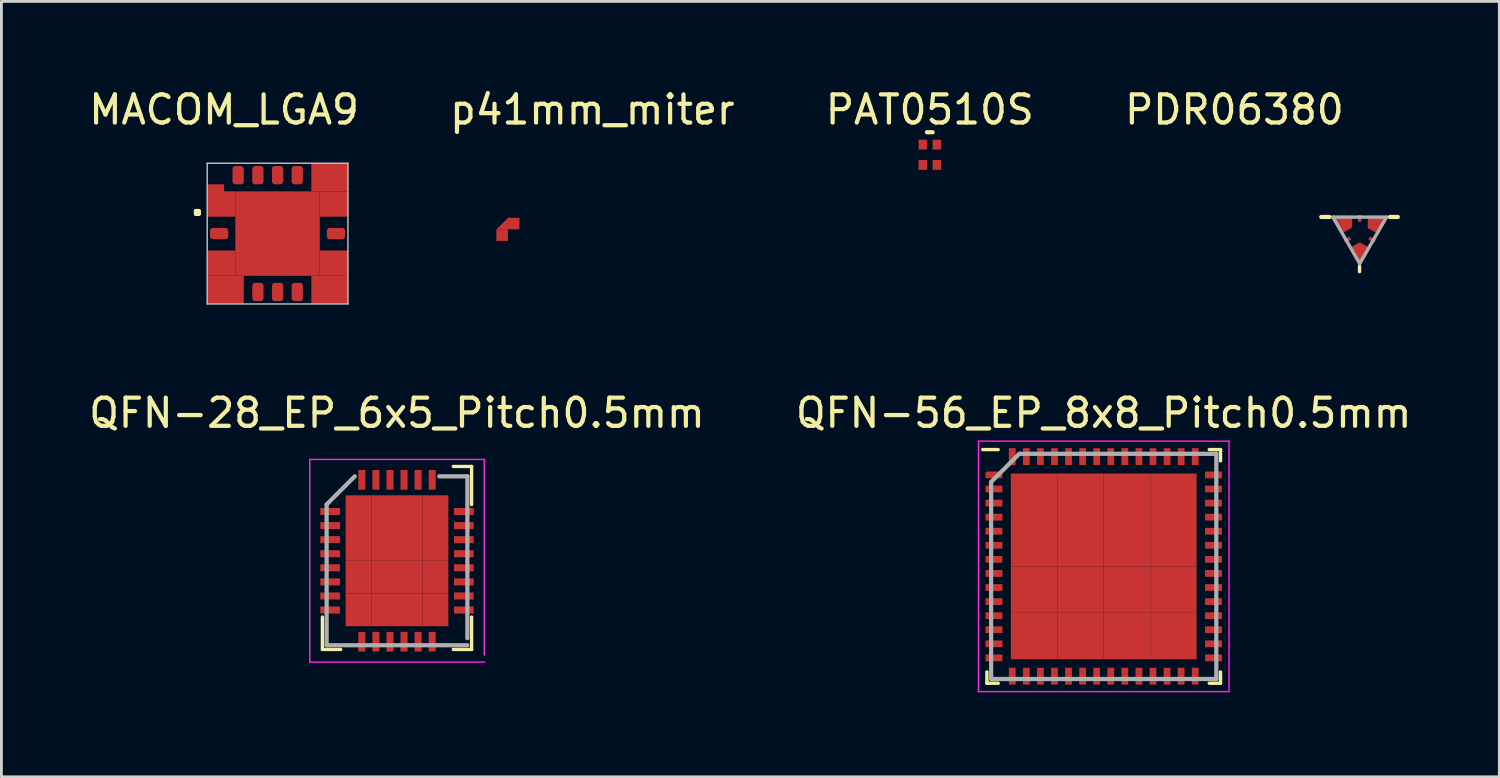
<source format=kicad_pcb>
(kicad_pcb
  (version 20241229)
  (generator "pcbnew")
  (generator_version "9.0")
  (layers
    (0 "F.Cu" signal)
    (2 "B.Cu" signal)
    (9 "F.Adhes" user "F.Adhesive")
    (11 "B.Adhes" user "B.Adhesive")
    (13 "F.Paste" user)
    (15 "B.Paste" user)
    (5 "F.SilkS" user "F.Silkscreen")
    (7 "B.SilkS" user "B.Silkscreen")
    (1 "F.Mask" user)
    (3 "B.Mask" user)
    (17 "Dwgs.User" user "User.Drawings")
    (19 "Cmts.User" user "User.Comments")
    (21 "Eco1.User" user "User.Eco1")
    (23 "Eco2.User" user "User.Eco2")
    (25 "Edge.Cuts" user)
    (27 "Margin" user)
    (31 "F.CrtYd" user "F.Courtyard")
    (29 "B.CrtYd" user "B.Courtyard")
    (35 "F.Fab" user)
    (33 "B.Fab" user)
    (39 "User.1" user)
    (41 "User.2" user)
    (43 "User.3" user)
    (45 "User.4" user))
  (footprint "PAT0510S"
    (layer "F.Cu")
    (at 29.982 2.448)
    (property "Reference" "PAT0510S" (at 0 -1.6 0) (layer "F.SilkS") (effects (font (size 1 1) (thickness 0.15))))
    (attr through_hole)
    (fp_line (start -0.1 -0.8) (end 0.1 -0.8) (stroke (width 0.15) (type solid)) (layer "F.SilkS"))
    (pad "1" smd rect (at -0.25 -0.36) (size 0.3 0.35) (layers "F.Cu" "F.Mask" "F.Paste"))
    (pad "2" smd rect (at 0.25 -0.36) (size 0.3 0.35) (layers "F.Cu" "F.Mask" "F.Paste"))
    (pad "3" smd rect (at -0.25 0.36) (size 0.3 0.35) (layers "F.Cu" "F.Mask" "F.Paste"))
    (pad "3" smd rect (at 0.25 0.36) (size 0.3 0.35) (layers "F.Cu" "F.Mask" "F.Paste")))
  (footprint "PDR06380"
    (layer "F.Cu")
    (at 45.249 4.658)
    (property "Reference" "PDR06380" (at -4.445 -3.81 0) (layer "F.SilkS") (effects (font (size 1 1) (thickness 0.15))))
    (attr smd)
    (fp_poly (pts (xy -0.932 0.014) (xy -0.633 0.531) (xy -0.314 0.347) (xy -0.306 0.013)) (stroke (width 0.1) (type solid)) (fill yes) (layer "F.Cu"))
    (fp_poly (pts (xy 0.006 1.656) (xy -0.301 1.131) (xy 0.007 0.954) (xy 0.313 1.129)) (stroke (width 0.1) (type solid)) (fill yes) (layer "F.Cu"))
    (fp_poly (pts (xy 0.952 0.011) (xy 0.343 0.012) (xy 0.341 0.364) (xy 0.653 0.538)) (stroke (width 0.1) (type solid)) (fill yes) (layer "F.Cu"))
    (fp_poly (pts (xy -0.932 0.014) (xy -0.633 0.531) (xy -0.314 0.347) (xy -0.306 0.013)) (stroke (width 0.1) (type solid)) (fill yes) (layer "F.Mask"))
    (fp_poly (pts (xy 0.006 1.656) (xy -0.301 1.131) (xy 0.007 0.954) (xy 0.313 1.129)) (stroke (width 0.1) (type solid)) (fill yes) (layer "F.Mask"))
    (fp_poly (pts (xy 0.952 0.011) (xy 0.343 0.012) (xy 0.341 0.364) (xy 0.653 0.538)) (stroke (width 0.1) (type solid)) (fill yes) (layer "F.Mask"))
    (fp_line (start -1.067 0) (end -1.359 0) (stroke (width 0.15) (type solid)) (layer "F.SilkS"))
    (fp_line (start 0 1.753) (end 0 1.943) (stroke (width 0.12) (type solid)) (layer "F.SilkS"))
    (fp_line (start 1.079 0) (end 1.359 0) (stroke (width 0.15) (type solid)) (layer "F.SilkS"))
    (fp_line (start -0.946 0.005) (end 0.006 1.656) (stroke (width 0.12) (type solid)) (layer "F.Fab"))
    (fp_line (start 0.006 0.005) (end -0.946 0.005) (stroke (width 0.12) (type solid)) (layer "F.Fab"))
    (fp_line (start 0.006 0.005) (end 0.959 0.005) (stroke (width 0.12) (type solid)) (layer "F.Fab"))
    (fp_line (start 0.006 1.656) (end 0.959 0.005) (stroke (width 0.12) (type solid)) (layer "F.Fab"))
    (pad "1" smd rect (at 0.006 0.056 180) (size 0.127 0.236) (layers "F.Cu" "F.Mask" "F.Paste"))
    (pad "2" smd rect (at 0.443 0.808 60) (size 0.127 0.236) (layers "F.Cu" "F.Mask" "F.Paste"))
    (pad "3" smd rect (at -0.429 0.809 300) (size 0.127 0.236) (layers "F.Cu" "F.Mask" "F.Paste"))
    (pad "4" smd rect (at -0.572 0.229) (size 0.127 0.236) (layers "F.Cu" "F.Mask" "F.Paste"))
    (pad "4" smd rect (at 0 1.181) (size 0.127 0.236) (layers "F.Cu" "F.Mask" "F.Paste"))
    (pad "4" smd rect (at 0.546 0.229) (size 0.127 0.236) (layers "F.Cu" "F.Mask" "F.Paste")))
  (footprint "p41mm_miter"
    (layer "F.Cu")
    (at 14.994 5.098)
    (property "Reference" "p41mm_miter" (at 3 -4.25 0) (layer "F.SilkS") (effects (font (size 1 1) (thickness 0.15))))
    (attr through_hole)
    (fp_poly (pts (xy -0.4 0) (xy 0 -0.4) (xy 0 0)) (stroke (width 0.01) (type solid)) (fill yes) (layer "F.Cu"))
    (pad "1" smd rect (at 0.205 -0.205) (size 0.41 0.41) (layers "F.Cu" "F.Mask"))
    (pad "2" smd trapezoid (at -0.205 0.205) (size 0.41 0.41) (layers "F.Cu" "F.Mask")))
  (footprint "QFN-28_EP_6x5_Pitch0.5mm"
    (layer "F.Cu")
    (at 11.054 16.872)
    (property "Reference" "QFN-28_EP_6x5_Pitch0.5mm" (at 0 -5.25 0) (layer "F.SilkS") (effects (font (size 1 1) (thickness 0.15))))
    (attr smd)
    (fp_line (start -2.65 2) (end -2.65 3.15) (stroke (width 0.12) (type solid)) (layer "F.SilkS"))
    (fp_line (start -2.65 3.15) (end -2 3.15) (stroke (width 0.12) (type solid)) (layer "F.SilkS"))
    (fp_line (start 2 -3.35) (end 2.65 -3.35) (stroke (width 0.12) (type solid)) (layer "F.SilkS"))
    (fp_line (start 2.65 -2) (end 2.65 -3.35) (stroke (width 0.12) (type solid)) (layer "F.SilkS"))
    (fp_line (start 2.65 2) (end 2.65 3.15) (stroke (width 0.12) (type solid)) (layer "F.SilkS"))
    (fp_line (start 2.65 3.15) (end 2 3.15) (stroke (width 0.12) (type solid)) (layer "F.SilkS"))
    (fp_line (start -3.1 -3.6) (end 3.1 -3.6) (stroke (width 0.05) (type solid)) (layer "F.CrtYd"))
    (fp_line (start -3.1 3.6) (end -3.1 -3.6) (stroke (width 0.05) (type solid)) (layer "F.CrtYd"))
    (fp_line (start 3.1 -3.6) (end 3.1 3.35) (stroke (width 0.05) (type solid)) (layer "F.CrtYd"))
    (fp_line (start 3.1 3.6) (end -3.1 3.6) (stroke (width 0.05) (type solid)) (layer "F.CrtYd"))
    (fp_line (start -2.5 -2) (end -2.5 3) (stroke (width 0.15) (type solid)) (layer "F.Fab"))
    (fp_line (start -2.5 3) (end 2.5 3) (stroke (width 0.15) (type solid)) (layer "F.Fab"))
    (fp_line (start -1.5 -3) (end -2.5 -2) (stroke (width 0.15) (type solid)) (layer "F.Fab"))
    (fp_line (start 1.5 -3) (end 2.5 -3) (stroke (width 0.15) (type solid)) (layer "F.Fab"))
    (fp_line (start 2.5 2.75) (end 2.5 -3) (stroke (width 0.15) (type solid)) (layer "F.Fab"))
    (pad "1" smd rect (at -2.375 -1.75 90) (size 0.25 0.7) (layers "F.Cu" "F.Mask" "F.Paste"))
    (pad "2" smd rect (at -2.375 -1.25 270) (size 0.25 0.7) (layers "F.Cu" "F.Mask" "F.Paste"))
    (pad "3" smd rect (at -2.375 -0.75 270) (size 0.25 0.7) (layers "F.Cu" "F.Mask" "F.Paste"))
    (pad "4" smd rect (at -2.375 -0.25 270) (size 0.25 0.7) (layers "F.Cu" "F.Mask" "F.Paste"))
    (pad "5" smd rect (at -2.375 0.25 270) (size 0.25 0.7) (layers "F.Cu" "F.Mask" "F.Paste"))
    (pad "6" smd rect (at -2.375 0.75 270) (size 0.25 0.7) (layers "F.Cu" "F.Mask" "F.Paste"))
    (pad "7" smd rect (at -2.375 1.25 270) (size 0.25 0.7) (layers "F.Cu" "F.Mask" "F.Paste"))
    (pad "8" smd rect (at -2.375 1.75 270) (size 0.25 0.7) (layers "F.Cu" "F.Mask" "F.Paste"))
    (pad "9" smd rect (at -1.25 2.875) (size 0.25 0.7) (layers "F.Cu" "F.Mask" "F.Paste"))
    (pad "10" smd rect (at -0.75 2.875) (size 0.25 0.7) (layers "F.Cu" "F.Mask" "F.Paste"))
    (pad "11" smd rect (at -0.25 2.875) (size 0.25 0.7) (layers "F.Cu" "F.Mask" "F.Paste"))
    (pad "12" smd rect (at 0.25 2.875) (size 0.25 0.7) (layers "F.Cu" "F.Mask" "F.Paste"))
    (pad "13" smd rect (at 0.75 2.875) (size 0.25 0.7) (layers "F.Cu" "F.Mask" "F.Paste"))
    (pad "14" smd rect (at 1.25 2.875) (size 0.25 0.7) (layers "F.Cu" "F.Mask" "F.Paste"))
    (pad "15" smd rect (at 2.375 1.75 90) (size 0.25 0.7) (layers "F.Cu" "F.Mask" "F.Paste"))
    (pad "16" smd rect (at 2.375 1.25 270) (size 0.25 0.7) (layers "F.Cu" "F.Mask" "F.Paste"))
    (pad "17" smd rect (at 2.375 0.75 270) (size 0.25 0.7) (layers "F.Cu" "F.Mask" "F.Paste"))
    (pad "18" smd rect (at 2.375 0.25 270) (size 0.25 0.7) (layers "F.Cu" "F.Mask" "F.Paste"))
    (pad "19" smd rect (at 2.375 -0.25 270) (size 0.25 0.7) (layers "F.Cu" "F.Mask" "F.Paste"))
    (pad "20" smd rect (at 2.375 -0.75 270) (size 0.25 0.7) (layers "F.Cu" "F.Mask" "F.Paste"))
    (pad "21" smd rect (at 2.375 -1.25 270) (size 0.25 0.7) (layers "F.Cu" "F.Mask" "F.Paste"))
    (pad "22" smd rect (at 2.375 -1.75 270) (size 0.25 0.7) (layers "F.Cu" "F.Mask" "F.Paste"))
    (pad "23" smd rect (at 1.25 -2.875) (size 0.25 0.7) (layers "F.Cu" "F.Mask" "F.Paste"))
    (pad "24" smd rect (at 0.75 -2.875) (size 0.25 0.7) (layers "F.Cu" "F.Mask" "F.Paste"))
    (pad "25" smd rect (at 0.25 -2.875) (size 0.25 0.7) (layers "F.Cu" "F.Mask" "F.Paste"))
    (pad "26" smd rect (at -0.25 -2.875) (size 0.25 0.7) (layers "F.Cu" "F.Mask" "F.Paste"))
    (pad "27" smd rect (at -0.75 -2.875) (size 0.25 0.7) (layers "F.Cu" "F.Mask" "F.Paste"))
    (pad "28" smd rect (at -1.25 -2.875) (size 0.25 0.7) (layers "F.Cu" "F.Mask" "F.Paste"))
    (pad "29" smd rect (at -1.369 -1.744 270) (size 1.163 0.912) (layers "F.Cu" "F.Mask" "F.Paste"))
    (pad "29" smd rect (at -1.369 -0.581 270) (size 1.163 0.912) (layers "F.Cu" "F.Mask" "F.Paste"))
    (pad "29" smd rect (at -1.369 0.581 270) (size 1.163 0.912) (layers "F.Cu" "F.Mask" "F.Paste"))
    (pad "29" smd rect (at -1.369 1.744 270) (size 1.163 0.912) (layers "F.Cu" "F.Mask" "F.Paste"))
    (pad "29" smd rect (at -0.456 -1.744 270) (size 1.163 0.912) (layers "F.Cu" "F.Mask" "F.Paste"))
    (pad "29" smd rect (at -0.456 -0.581 270) (size 1.163 0.912) (layers "F.Cu" "F.Mask" "F.Paste"))
    (pad "29" smd rect (at -0.456 0.581 270) (size 1.163 0.912) (layers "F.Cu" "F.Mask" "F.Paste"))
    (pad "29" smd rect (at -0.456 1.744 270) (size 1.163 0.912) (layers "F.Cu" "F.Mask" "F.Paste"))
    (pad "29" smd rect (at 0.456 -1.744 270) (size 1.163 0.912) (layers "F.Cu" "F.Mask" "F.Paste"))
    (pad "29" smd rect (at 0.456 -0.581 270) (size 1.163 0.912) (layers "F.Cu" "F.Mask" "F.Paste"))
    (pad "29" smd rect (at 0.456 0.581 270) (size 1.163 0.912) (layers "F.Cu" "F.Mask" "F.Paste"))
    (pad "29" smd rect (at 0.456 1.744 270) (size 1.163 0.912) (layers "F.Cu" "F.Mask" "F.Paste"))
    (pad "29" smd rect (at 1.369 -1.744 270) (size 1.163 0.912) (layers "F.Cu" "F.Mask" "F.Paste"))
    (pad "29" smd rect (at 1.369 -0.581 270) (size 1.163 0.912) (layers "F.Cu" "F.Mask" "F.Paste"))
    (pad "29" smd rect (at 1.369 0.581 270) (size 1.163 0.912) (layers "F.Cu" "F.Mask" "F.Paste"))
    (pad "29" smd rect (at 1.369 1.744 270) (size 1.163 0.912) (layers "F.Cu" "F.Mask" "F.Paste")))
  (footprint "MACOM_LGA9"
    (layer "F.Cu")
    (at 6.811 5.248)
    (property "Reference" "MACOM_LGA9" (at -1.9 -4.4 0) (layer "F.SilkS") (effects (font (size 1 1) (thickness 0.15))))
    (attr through_hole)
    (fp_line (start -2.9 -0.8) (end -2.8 -0.8) (stroke (width 0.15) (type solid)) (layer "F.SilkS"))
    (fp_line (start -2.9 -0.7) (end -2.9 -0.8) (stroke (width 0.15) (type solid)) (layer "F.SilkS"))
    (fp_line (start -2.8 -0.8) (end -2.8 -0.7) (stroke (width 0.15) (type solid)) (layer "F.SilkS"))
    (fp_line (start -2.8 -0.7) (end -2.9 -0.7) (stroke (width 0.15) (type solid)) (layer "F.SilkS"))
    (fp_line (start -2.5 -2.5) (end -2.5 2.5) (stroke (width 0.05) (type solid)) (layer "Dwgs.User"))
    (fp_line (start -2.5 2.5) (end 2.5 2.5) (stroke (width 0.05) (type solid)) (layer "Dwgs.User"))
    (fp_line (start 2.5 -2.5) (end -2.5 -2.5) (stroke (width 0.05) (type solid)) (layer "Dwgs.User"))
    (fp_line (start 2.5 2.5) (end 2.5 -2.5) (stroke (width 0.05) (type solid)) (layer "Dwgs.User"))
    (pad "1" smd roundrect (at -2.075 0) (size 0.65 0.4) (layers "F.Cu" "F.Mask" "F.Paste") (roundrect_rratio 0.25))
    (pad "2" smd roundrect (at -0.7 2.075 90) (size 0.65 0.4) (layers "F.Cu" "F.Mask" "F.Paste") (roundrect_rratio 0.25))
    (pad "3" smd roundrect (at 0 2.075 90) (size 0.65 0.4) (layers "F.Cu" "F.Mask" "F.Paste") (roundrect_rratio 0.25))
    (pad "4" smd roundrect (at 0.7 2.075 90) (size 0.65 0.4) (layers "F.Cu" "F.Mask" "F.Paste") (roundrect_rratio 0.25))
    (pad "5" smd roundrect (at 2.075 0) (size 0.65 0.4) (layers "F.Cu" "F.Mask" "F.Paste") (roundrect_rratio 0.25))
    (pad "6" smd roundrect (at 0.7 -2.075 90) (size 0.65 0.4) (layers "F.Cu" "F.Mask" "F.Paste") (roundrect_rratio 0.25))
    (pad "7" smd roundrect (at 0 -2.075 90) (size 0.65 0.4) (layers "F.Cu" "F.Mask" "F.Paste") (roundrect_rratio 0.25))
    (pad "8" smd roundrect (at -0.7 -2.075 90) (size 0.65 0.4) (layers "F.Cu" "F.Mask" "F.Paste") (roundrect_rratio 0.25))
    (pad "9" smd roundrect (at -1.4 -2.075 90) (size 0.65 0.4) (layers "F.Cu" "F.Mask" "F.Paste") (roundrect_rratio 0.25))
    (pad "10" smd rect (at -2.2 -1.6 180) (size 0.6 0.3) (layers "F.Cu" "F.Mask" "F.Paste"))
    (pad "10" smd rect (at -2 -1.05 90) (size 0.9 1) (layers "F.Cu" "F.Mask" "F.Paste"))
    (pad "10" smd rect (at -2 1.05 90) (size 0.9 1) (layers "F.Cu" "F.Mask" "F.Paste"))
    (pad "10" smd rect (at -1.85 2 90) (size 1 1.3) (layers "F.Cu" "F.Mask" "F.Paste"))
    (pad "10" smd rect (at 0 0 90) (size 3 3) (layers "F.Cu" "F.Mask" "F.Paste"))
    (pad "10" smd rect (at 1.85 -2 90) (size 1 1.3) (layers "F.Cu" "F.Mask" "F.Paste"))
    (pad "10" smd rect (at 1.85 2 90) (size 1 1.3) (layers "F.Cu" "F.Mask" "F.Paste"))
    (pad "10" smd rect (at 2 -1.05 90) (size 0.9 1) (layers "F.Cu" "F.Mask" "F.Paste"))
    (pad "10" smd rect (at 2 1.05 90) (size 0.9 1) (layers "F.Cu" "F.Mask" "F.Paste")))
  (footprint "QFN-56_EP_8x8_Pitch0.5mm"
    (layer "F.Cu")
    (at 36.161 17.072)
    (property "Reference" "QFN-56_EP_8x8_Pitch0.5mm" (at 0 -5.45 0) (layer "F.SilkS") (effects (font (size 1 1) (thickness 0.15))))
    (attr smd)
    (fp_line (start -4.15 4.15) (end -4.15 3.75) (stroke (width 0.12) (type solid)) (layer "F.SilkS"))
    (fp_line (start -3.75 -4.15) (end -4.3 -4.15) (stroke (width 0.12) (type solid)) (layer "F.SilkS"))
    (fp_line (start -3.75 4.15) (end -4.15 4.15) (stroke (width 0.12) (type solid)) (layer "F.SilkS"))
    (fp_line (start 3.75 -4.15) (end 4.15 -4.15) (stroke (width 0.12) (type solid)) (layer "F.SilkS"))
    (fp_line (start 3.75 4.15) (end 4.15 4.15) (stroke (width 0.12) (type solid)) (layer "F.SilkS"))
    (fp_line (start 4.15 -4.15) (end 4.15 -3.75) (stroke (width 0.12) (type solid)) (layer "F.SilkS"))
    (fp_line (start 4.15 4.15) (end 4.15 3.75) (stroke (width 0.12) (type solid)) (layer "F.SilkS"))
    (fp_line (start -4.45 -4.45) (end 4.45 -4.45) (stroke (width 0.05) (type solid)) (layer "F.CrtYd"))
    (fp_line (start -4.45 4.45) (end -4.45 -4.45) (stroke (width 0.05) (type solid)) (layer "F.CrtYd"))
    (fp_line (start 4.45 -4.45) (end 4.45 4.45) (stroke (width 0.05) (type solid)) (layer "F.CrtYd"))
    (fp_line (start 4.45 4.45) (end -4.45 4.45) (stroke (width 0.05) (type solid)) (layer "F.CrtYd"))
    (fp_line (start -4 -3) (end -4 4) (stroke (width 0.15) (type solid)) (layer "F.Fab"))
    (fp_line (start -4 4) (end 4 4) (stroke (width 0.15) (type solid)) (layer "F.Fab"))
    (fp_line (start -3 -4) (end -4 -3) (stroke (width 0.15) (type solid)) (layer "F.Fab"))
    (fp_line (start 4 -4) (end -3 -4) (stroke (width 0.15) (type solid)) (layer "F.Fab"))
    (fp_line (start 4 4) (end 4 -4) (stroke (width 0.15) (type solid)) (layer "F.Fab"))
    (pad "1" smd roundrect (at -3.9 -3.25 90) (size 0.24 0.6) (layers "F.Cu" "F.Mask" "F.Paste") (roundrect_rratio 0.25))
    (pad "2" smd rect (at -3.9 -2.75 90) (size 0.24 0.6) (layers "F.Cu" "F.Mask" "F.Paste"))
    (pad "3" smd rect (at -3.9 -2.25 90) (size 0.24 0.6) (layers "F.Cu" "F.Mask" "F.Paste"))
    (pad "4" smd rect (at -3.9 -1.75 90) (size 0.24 0.6) (layers "F.Cu" "F.Mask" "F.Paste"))
    (pad "5" smd rect (at -3.9 -1.25 90) (size 0.24 0.6) (layers "F.Cu" "F.Mask" "F.Paste"))
    (pad "6" smd rect (at -3.9 -0.75 90) (size 0.24 0.6) (layers "F.Cu" "F.Mask" "F.Paste"))
    (pad "7" smd rect (at -3.9 -0.25 90) (size 0.24 0.6) (layers "F.Cu" "F.Mask" "F.Paste"))
    (pad "8" smd rect (at -3.9 0.25 90) (size 0.24 0.6) (layers "F.Cu" "F.Mask" "F.Paste"))
    (pad "9" smd rect (at -3.9 0.75 90) (size 0.24 0.6) (layers "F.Cu" "F.Mask" "F.Paste"))
    (pad "10" smd rect (at -3.9 1.25 90) (size 0.24 0.6) (layers "F.Cu" "F.Mask" "F.Paste"))
    (pad "11" smd rect (at -3.9 1.75 90) (size 0.24 0.6) (layers "F.Cu" "F.Mask" "F.Paste"))
    (pad "12" smd rect (at -3.9 2.25 90) (size 0.24 0.6) (layers "F.Cu" "F.Mask" "F.Paste"))
    (pad "13" smd rect (at -3.9 2.75 90) (size 0.24 0.6) (layers "F.Cu" "F.Mask" "F.Paste"))
    (pad "14" smd rect (at -3.9 3.25 90) (size 0.24 0.6) (layers "F.Cu" "F.Mask" "F.Paste"))
    (pad "15" smd rect (at -3.25 3.9) (size 0.24 0.6) (layers "F.Cu" "F.Mask" "F.Paste"))
    (pad "16" smd rect (at -2.75 3.9) (size 0.24 0.6) (layers "F.Cu" "F.Mask" "F.Paste"))
    (pad "17" smd rect (at -2.25 3.9) (size 0.24 0.6) (layers "F.Cu" "F.Mask" "F.Paste"))
    (pad "18" smd rect (at -1.75 3.9) (size 0.24 0.6) (layers "F.Cu" "F.Mask" "F.Paste"))
    (pad "19" smd rect (at -1.25 3.9) (size 0.24 0.6) (layers "F.Cu" "F.Mask" "F.Paste"))
    (pad "20" smd rect (at -0.75 3.9) (size 0.24 0.6) (layers "F.Cu" "F.Mask" "F.Paste"))
    (pad "21" smd rect (at -0.25 3.9) (size 0.24 0.6) (layers "F.Cu" "F.Mask" "F.Paste"))
    (pad "22" smd rect (at 0.25 3.9) (size 0.24 0.6) (layers "F.Cu" "F.Mask" "F.Paste"))
    (pad "23" smd rect (at 0.75 3.9) (size 0.24 0.6) (layers "F.Cu" "F.Mask" "F.Paste"))
    (pad "24" smd rect (at 1.25 3.9) (size 0.24 0.6) (layers "F.Cu" "F.Mask" "F.Paste"))
    (pad "25" smd rect (at 1.75 3.9) (size 0.24 0.6) (layers "F.Cu" "F.Mask" "F.Paste"))
    (pad "26" smd rect (at 2.25 3.9) (size 0.24 0.6) (layers "F.Cu" "F.Mask" "F.Paste"))
    (pad "27" smd rect (at 2.75 3.9) (size 0.24 0.6) (layers "F.Cu" "F.Mask" "F.Paste"))
    (pad "28" smd rect (at 3.25 3.9) (size 0.24 0.6) (layers "F.Cu" "F.Mask" "F.Paste"))
    (pad "29" smd rect (at 3.9 3.25 90) (size 0.24 0.6) (layers "F.Cu" "F.Mask" "F.Paste"))
    (pad "30" smd rect (at 3.9 2.75 90) (size 0.24 0.6) (layers "F.Cu" "F.Mask" "F.Paste"))
    (pad "31" smd rect (at 3.9 2.25 90) (size 0.24 0.6) (layers "F.Cu" "F.Mask" "F.Paste"))
    (pad "32" smd rect (at 3.9 1.75 90) (size 0.24 0.6) (layers "F.Cu" "F.Mask" "F.Paste"))
    (pad "33" smd rect (at 3.9 1.25 90) (size 0.24 0.6) (layers "F.Cu" "F.Mask" "F.Paste"))
    (pad "34" smd rect (at 3.9 0.75 90) (size 0.24 0.6) (layers "F.Cu" "F.Mask" "F.Paste"))
    (pad "35" smd rect (at 3.9 0.25 90) (size 0.24 0.6) (layers "F.Cu" "F.Mask" "F.Paste"))
    (pad "36" smd rect (at 3.9 -0.25 90) (size 0.24 0.6) (layers "F.Cu" "F.Mask" "F.Paste"))
    (pad "37" smd rect (at 3.9 -0.75 90) (size 0.24 0.6) (layers "F.Cu" "F.Mask" "F.Paste"))
    (pad "38" smd rect (at 3.9 -1.25 90) (size 0.24 0.6) (layers "F.Cu" "F.Mask" "F.Paste"))
    (pad "39" smd rect (at 3.9 -1.75 90) (size 0.24 0.6) (layers "F.Cu" "F.Mask" "F.Paste"))
    (pad "40" smd rect (at 3.9 -2.25 90) (size 0.24 0.6) (layers "F.Cu" "F.Mask" "F.Paste"))
    (pad "41" smd rect (at 3.9 -2.75 90) (size 0.24 0.6) (layers "F.Cu" "F.Mask" "F.Paste"))
    (pad "42" smd rect (at 3.9 -3.25 90) (size 0.24 0.6) (layers "F.Cu" "F.Mask" "F.Paste"))
    (pad "43" smd rect (at 3.25 -3.9) (size 0.24 0.6) (layers "F.Cu" "F.Mask" "F.Paste"))
    (pad "44" smd rect (at 2.75 -3.9) (size 0.24 0.6) (layers "F.Cu" "F.Mask" "F.Paste"))
    (pad "45" smd rect (at 2.25 -3.9) (size 0.24 0.6) (layers "F.Cu" "F.Mask" "F.Paste"))
    (pad "46" smd rect (at 1.75 -3.9) (size 0.24 0.6) (layers "F.Cu" "F.Mask" "F.Paste"))
    (pad "47" smd rect (at 1.25 -3.9) (size 0.24 0.6) (layers "F.Cu" "F.Mask" "F.Paste"))
    (pad "48" smd rect (at 0.75 -3.9) (size 0.24 0.6) (layers "F.Cu" "F.Mask" "F.Paste"))
    (pad "49" smd rect (at 0.25 -3.9) (size 0.24 0.6) (layers "F.Cu" "F.Mask" "F.Paste"))
    (pad "50" smd rect (at -0.25 -3.9) (size 0.24 0.6) (layers "F.Cu" "F.Mask" "F.Paste"))
    (pad "51" smd rect (at -0.75 -3.9) (size 0.24 0.6) (layers "F.Cu" "F.Mask" "F.Paste"))
    (pad "52" smd rect (at -1.25 -3.9) (size 0.24 0.6) (layers "F.Cu" "F.Mask" "F.Paste"))
    (pad "53" smd rect (at -1.75 -3.9) (size 0.24 0.6) (layers "F.Cu" "F.Mask" "F.Paste"))
    (pad "54" smd rect (at -2.25 -3.9) (size 0.24 0.6) (layers "F.Cu" "F.Mask" "F.Paste"))
    (pad "55" smd rect (at -2.75 -3.9) (size 0.24 0.6) (layers "F.Cu" "F.Mask" "F.Paste"))
    (pad "56" smd rect (at -3.25 -3.9) (size 0.24 0.6) (layers "F.Cu" "F.Mask" "F.Paste"))
    (pad "57" smd rect (at -2.475 -2.475) (size 1.65 1.65) (layers "F.Cu" "F.Mask" "F.Paste"))
    (pad "57" smd rect (at -2.475 -0.825) (size 1.65 1.65) (layers "F.Cu" "F.Mask" "F.Paste"))
    (pad "57" smd rect (at -2.475 0.825) (size 1.65 1.65) (layers "F.Cu" "F.Mask" "F.Paste"))
    (pad "57" smd rect (at -2.475 2.475) (size 1.65 1.65) (layers "F.Cu" "F.Mask" "F.Paste"))
    (pad "57" smd rect (at -0.825 -2.475) (size 1.65 1.65) (layers "F.Cu" "F.Mask" "F.Paste"))
    (pad "57" smd rect (at -0.825 -0.825) (size 1.65 1.65) (layers "F.Cu" "F.Mask" "F.Paste"))
    (pad "57" smd rect (at -0.825 0.825) (size 1.65 1.65) (layers "F.Cu" "F.Mask" "F.Paste"))
    (pad "57" smd rect (at -0.825 2.475) (size 1.65 1.65) (layers "F.Cu" "F.Mask" "F.Paste"))
    (pad "57" smd rect (at 0.825 -2.475) (size 1.65 1.65) (layers "F.Cu" "F.Mask" "F.Paste"))
    (pad "57" smd rect (at 0.825 -0.825) (size 1.65 1.65) (layers "F.Cu" "F.Mask" "F.Paste"))
    (pad "57" smd rect (at 0.825 0.825) (size 1.65 1.65) (layers "F.Cu" "F.Mask" "F.Paste"))
    (pad "57" smd rect (at 0.825 2.475) (size 1.65 1.65) (layers "F.Cu" "F.Mask" "F.Paste"))
    (pad "57" smd rect (at 2.475 -2.475) (size 1.65 1.65) (layers "F.Cu" "F.Mask" "F.Paste"))
    (pad "57" smd rect (at 2.475 -0.825) (size 1.65 1.65) (layers "F.Cu" "F.Mask" "F.Paste"))
    (pad "57" smd rect (at 2.475 0.825) (size 1.65 1.65) (layers "F.Cu" "F.Mask" "F.Paste"))
    (pad "57" smd rect (at 2.475 2.475) (size 1.65 1.65) (layers "F.Cu" "F.Mask" "F.Paste")))
  (gr_rect
    (start -3 -3)
    (end 50.214 24.547)
    (stroke (width 0.1) (type default))
    (fill no)
    (layer "Edge.Cuts")))
</source>
